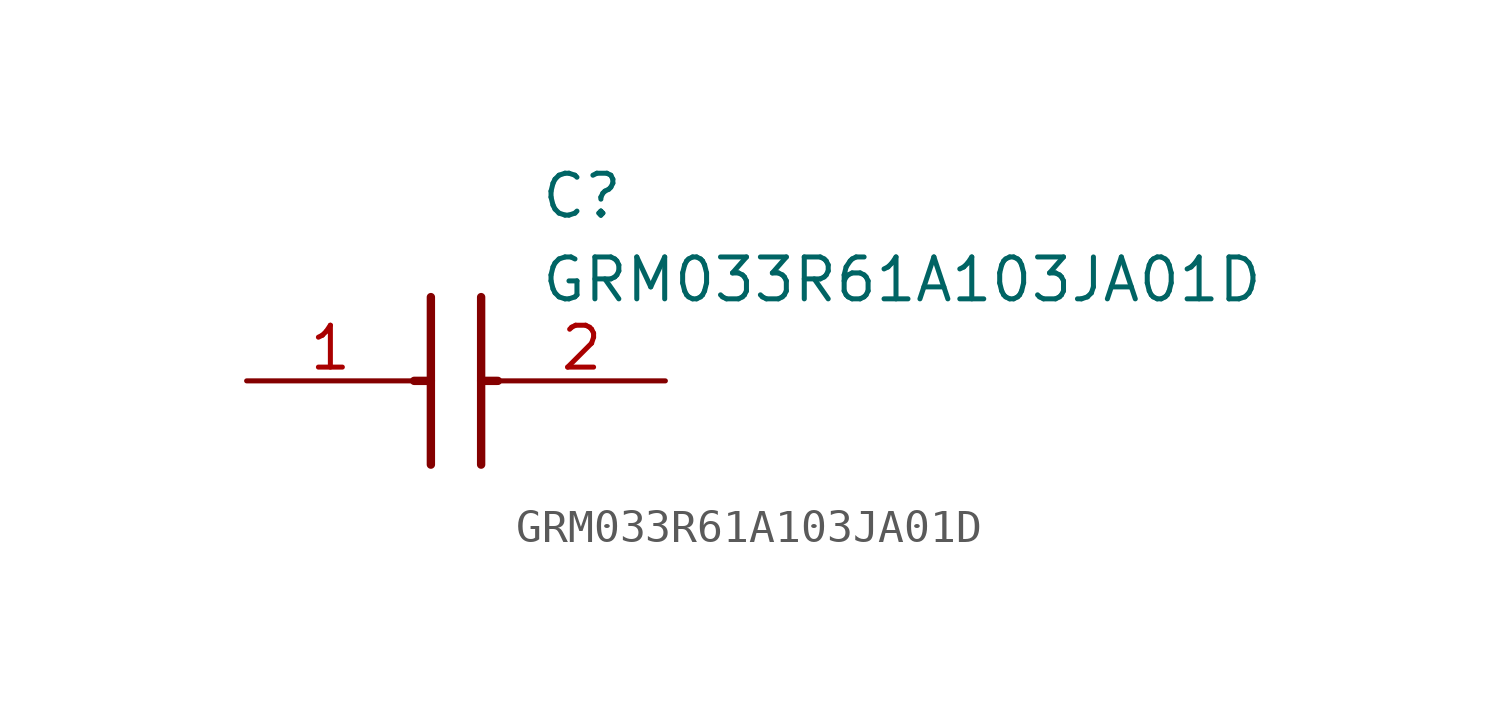
<source format=kicad_sym>
(kicad_symbol_lib
  (version 20211014)
  (generator SamacSys_ECAD_Model)
  (symbol "GRM033R61A103JA01D"
    (pin_names hide)
    (property "Reference" "C"
      (at 8.89 6.35 0)
      (effects (font (size 1.27 1.27)) (justify left top)))
    (property "Value" "GRM033R61A103JA01D"
      (at 8.89 3.81 0)
      (effects (font (size 1.27 1.27)) (justify left top)))
    (polyline
      (pts (xy 5.588 2.54) (xy 5.588 -2.54))
      (stroke (width 0.254) (type default))
      (fill (type none)))
    (polyline
      (pts (xy 7.112 2.54) (xy 7.112 -2.54))
      (stroke (width 0.254) (type default))
      (fill (type none)))
    (polyline
      (pts (xy 5.08 0) (xy 5.588 0))
      (stroke (width 0.254) (type default))
      (fill (type none)))
    (polyline
      (pts (xy 7.112 0) (xy 7.62 0))
      (stroke (width 0.254) (type default))
      (fill (type none)))
    (pin passive line
      (at 0 0 0)
      (length 5.08)
      (name "1" (effects (font (size 1.27 1.27))))
      (number "1" (effects (font (size 1.27 1.27)))))
    (pin passive line
      (at 12.7 0 180)
      (length 5.08)
      (name "2" (effects (font (size 1.27 1.27))))
      (number "2" (effects (font (size 1.27 1.27)))))))
</source>
